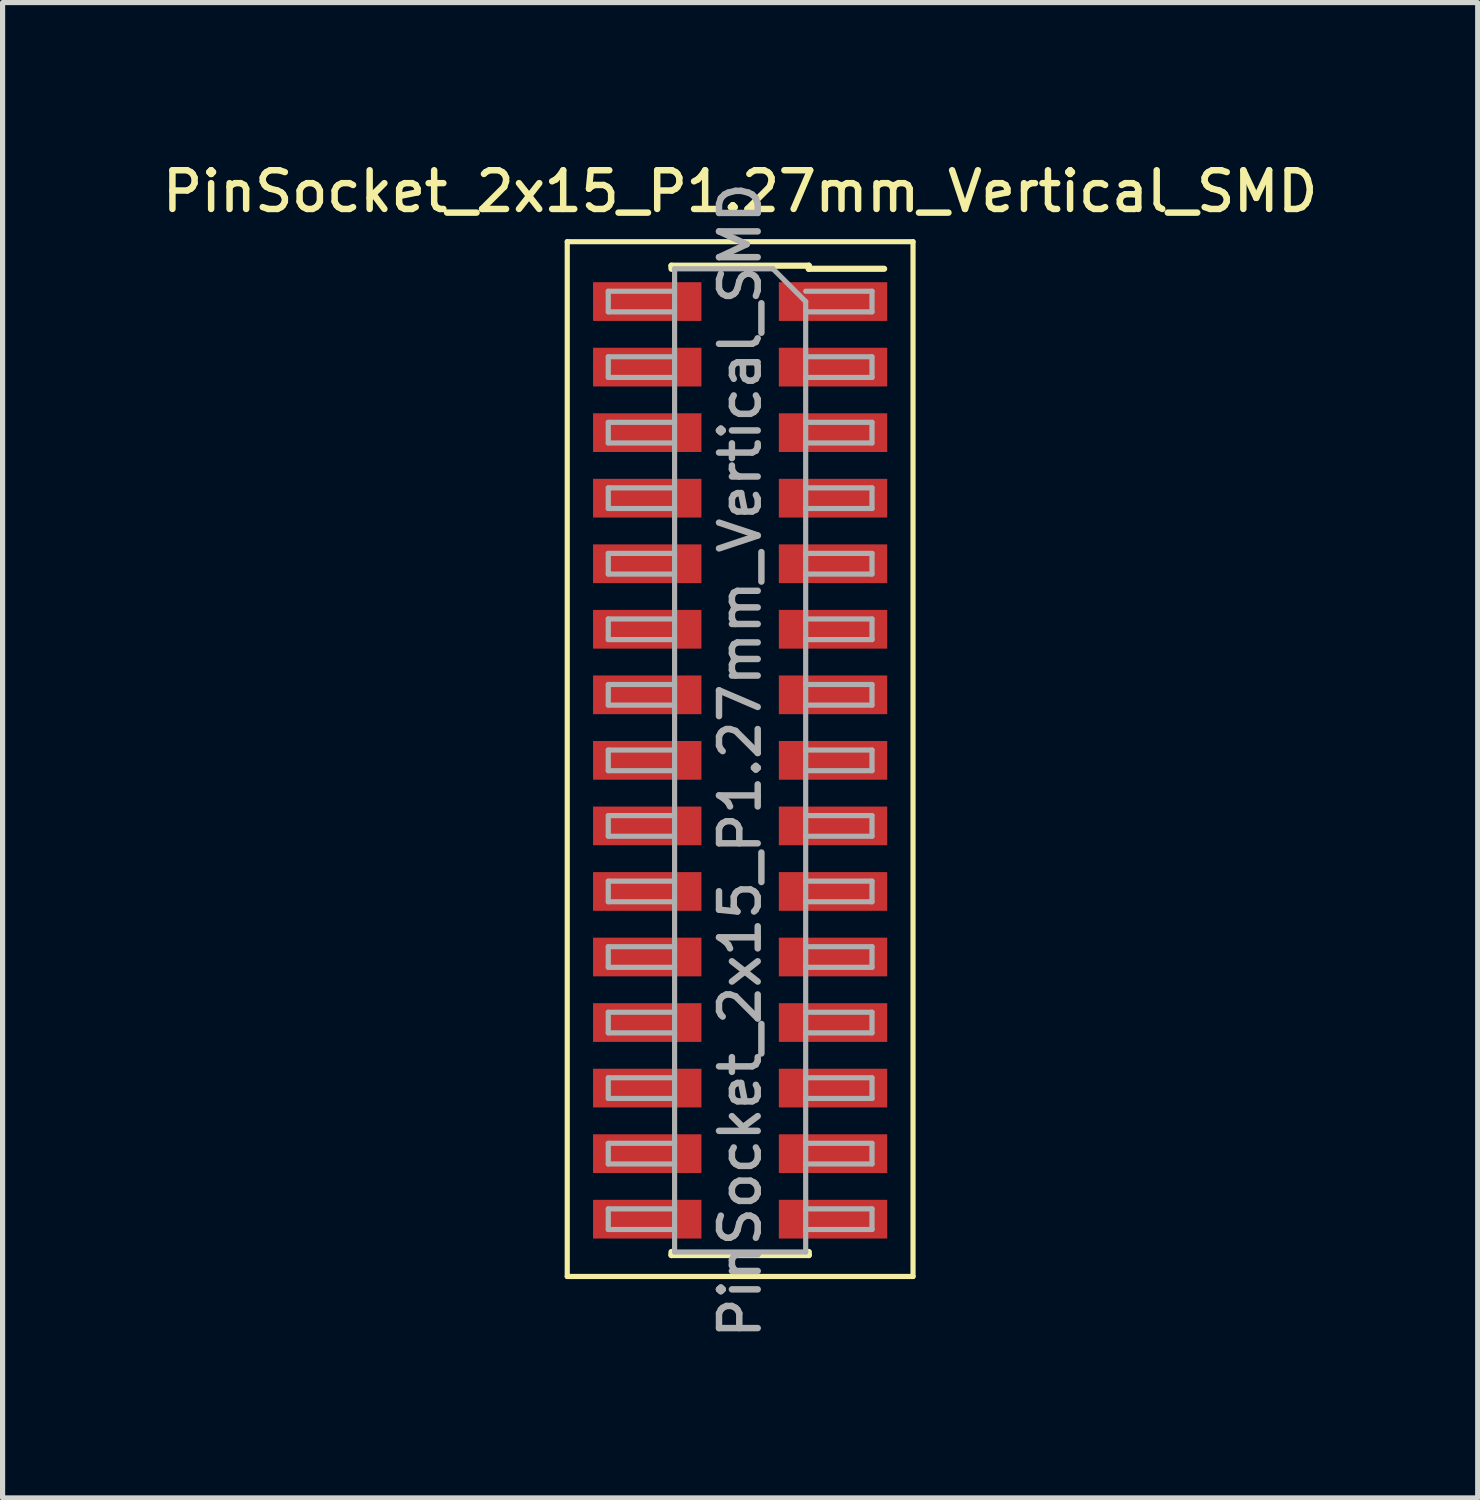
<source format=kicad_pcb>
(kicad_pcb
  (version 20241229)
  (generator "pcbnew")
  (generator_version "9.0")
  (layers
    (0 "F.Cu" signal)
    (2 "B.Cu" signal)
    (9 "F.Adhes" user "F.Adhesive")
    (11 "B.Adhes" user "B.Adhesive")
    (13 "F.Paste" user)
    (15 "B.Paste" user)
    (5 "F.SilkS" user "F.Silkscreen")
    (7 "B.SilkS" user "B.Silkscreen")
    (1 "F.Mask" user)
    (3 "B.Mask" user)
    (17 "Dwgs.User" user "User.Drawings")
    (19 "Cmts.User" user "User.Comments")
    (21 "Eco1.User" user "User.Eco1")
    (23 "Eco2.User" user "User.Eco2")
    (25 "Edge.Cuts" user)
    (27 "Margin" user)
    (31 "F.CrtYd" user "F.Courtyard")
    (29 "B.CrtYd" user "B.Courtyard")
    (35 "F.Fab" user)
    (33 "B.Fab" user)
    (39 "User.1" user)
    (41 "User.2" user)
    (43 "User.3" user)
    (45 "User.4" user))
  (footprint "PinSocket_2x15_P1.27mm_Vertical_SMD"
    (layer "F.Cu")
    (at 11.291 11.683)
    (property "Reference" "PinSocket_2x15_P1.27mm_Vertical_SMD" (at 0 -11.025 0) (layer "F.SilkS") (effects (font (size 0.75 0.75) (thickness 0.125))))
    (attr smd)
    (fp_line (start -3.35 -10.05) (end 3.35 -10.05) (stroke (width 0.1) (type solid)) (layer "F.SilkS"))
    (fp_line (start -3.35 10) (end -3.35 -10.05) (stroke (width 0.1) (type solid)) (layer "F.SilkS"))
    (fp_line (start -1.33 -9.585) (end -1.33 -9.525) (stroke (width 0.12) (type solid)) (layer "F.SilkS"))
    (fp_line (start -1.33 -9.585) (end 1.33 -9.585) (stroke (width 0.12) (type solid)) (layer "F.SilkS"))
    (fp_line (start -1.33 9.525) (end -1.33 9.585) (stroke (width 0.12) (type solid)) (layer "F.SilkS"))
    (fp_line (start -1.33 9.585) (end 1.33 9.585) (stroke (width 0.12) (type solid)) (layer "F.SilkS"))
    (fp_line (start 1.33 -9.585) (end 1.33 -9.525) (stroke (width 0.12) (type solid)) (layer "F.SilkS"))
    (fp_line (start 1.33 -9.525) (end 2.79 -9.525) (stroke (width 0.12) (type solid)) (layer "F.SilkS"))
    (fp_line (start 1.33 9.525) (end 1.33 9.585) (stroke (width 0.12) (type solid)) (layer "F.SilkS"))
    (fp_line (start 3.35 -10.05) (end 3.35 10) (stroke (width 0.1) (type solid)) (layer "F.SilkS"))
    (fp_line (start 3.35 10) (end -3.35 10) (stroke (width 0.1) (type solid)) (layer "F.SilkS"))
    (fp_line (start -2.555 -9.09) (end -1.27 -9.09) (stroke (width 0.1) (type solid)) (layer "F.Fab"))
    (fp_line (start -2.555 -8.69) (end -2.555 -9.09) (stroke (width 0.1) (type solid)) (layer "F.Fab"))
    (fp_line (start -2.555 -7.82) (end -1.27 -7.82) (stroke (width 0.1) (type solid)) (layer "F.Fab"))
    (fp_line (start -2.555 -7.42) (end -2.555 -7.82) (stroke (width 0.1) (type solid)) (layer "F.Fab"))
    (fp_line (start -2.555 -6.55) (end -1.27 -6.55) (stroke (width 0.1) (type solid)) (layer "F.Fab"))
    (fp_line (start -2.555 -6.15) (end -2.555 -6.55) (stroke (width 0.1) (type solid)) (layer "F.Fab"))
    (fp_line (start -2.555 -5.28) (end -1.27 -5.28) (stroke (width 0.1) (type solid)) (layer "F.Fab"))
    (fp_line (start -2.555 -4.88) (end -2.555 -5.28) (stroke (width 0.1) (type solid)) (layer "F.Fab"))
    (fp_line (start -2.555 -4.01) (end -1.27 -4.01) (stroke (width 0.1) (type solid)) (layer "F.Fab"))
    (fp_line (start -2.555 -3.61) (end -2.555 -4.01) (stroke (width 0.1) (type solid)) (layer "F.Fab"))
    (fp_line (start -2.555 -2.74) (end -1.27 -2.74) (stroke (width 0.1) (type solid)) (layer "F.Fab"))
    (fp_line (start -2.555 -2.34) (end -2.555 -2.74) (stroke (width 0.1) (type solid)) (layer "F.Fab"))
    (fp_line (start -2.555 -1.47) (end -1.27 -1.47) (stroke (width 0.1) (type solid)) (layer "F.Fab"))
    (fp_line (start -2.555 -1.07) (end -2.555 -1.47) (stroke (width 0.1) (type solid)) (layer "F.Fab"))
    (fp_line (start -2.555 -0.2) (end -1.27 -0.2) (stroke (width 0.1) (type solid)) (layer "F.Fab"))
    (fp_line (start -2.555 0.2) (end -2.555 -0.2) (stroke (width 0.1) (type solid)) (layer "F.Fab"))
    (fp_line (start -2.555 1.07) (end -1.27 1.07) (stroke (width 0.1) (type solid)) (layer "F.Fab"))
    (fp_line (start -2.555 1.47) (end -2.555 1.07) (stroke (width 0.1) (type solid)) (layer "F.Fab"))
    (fp_line (start -2.555 2.34) (end -1.27 2.34) (stroke (width 0.1) (type solid)) (layer "F.Fab"))
    (fp_line (start -2.555 2.74) (end -2.555 2.34) (stroke (width 0.1) (type solid)) (layer "F.Fab"))
    (fp_line (start -2.555 3.61) (end -1.27 3.61) (stroke (width 0.1) (type solid)) (layer "F.Fab"))
    (fp_line (start -2.555 4.01) (end -2.555 3.61) (stroke (width 0.1) (type solid)) (layer "F.Fab"))
    (fp_line (start -2.555 4.88) (end -1.27 4.88) (stroke (width 0.1) (type solid)) (layer "F.Fab"))
    (fp_line (start -2.555 5.28) (end -2.555 4.88) (stroke (width 0.1) (type solid)) (layer "F.Fab"))
    (fp_line (start -2.555 6.15) (end -1.27 6.15) (stroke (width 0.1) (type solid)) (layer "F.Fab"))
    (fp_line (start -2.555 6.55) (end -2.555 6.15) (stroke (width 0.1) (type solid)) (layer "F.Fab"))
    (fp_line (start -2.555 7.42) (end -1.27 7.42) (stroke (width 0.1) (type solid)) (layer "F.Fab"))
    (fp_line (start -2.555 7.82) (end -2.555 7.42) (stroke (width 0.1) (type solid)) (layer "F.Fab"))
    (fp_line (start -2.555 8.69) (end -1.27 8.69) (stroke (width 0.1) (type solid)) (layer "F.Fab"))
    (fp_line (start -2.555 9.09) (end -2.555 8.69) (stroke (width 0.1) (type solid)) (layer "F.Fab"))
    (fp_line (start -1.27 -9.525) (end 0.635 -9.525) (stroke (width 0.1) (type solid)) (layer "F.Fab"))
    (fp_line (start -1.27 -8.69) (end -2.555 -8.69) (stroke (width 0.1) (type solid)) (layer "F.Fab"))
    (fp_line (start -1.27 -7.42) (end -2.555 -7.42) (stroke (width 0.1) (type solid)) (layer "F.Fab"))
    (fp_line (start -1.27 -6.15) (end -2.555 -6.15) (stroke (width 0.1) (type solid)) (layer "F.Fab"))
    (fp_line (start -1.27 -4.88) (end -2.555 -4.88) (stroke (width 0.1) (type solid)) (layer "F.Fab"))
    (fp_line (start -1.27 -3.61) (end -2.555 -3.61) (stroke (width 0.1) (type solid)) (layer "F.Fab"))
    (fp_line (start -1.27 -2.34) (end -2.555 -2.34) (stroke (width 0.1) (type solid)) (layer "F.Fab"))
    (fp_line (start -1.27 -1.07) (end -2.555 -1.07) (stroke (width 0.1) (type solid)) (layer "F.Fab"))
    (fp_line (start -1.27 0.2) (end -2.555 0.2) (stroke (width 0.1) (type solid)) (layer "F.Fab"))
    (fp_line (start -1.27 1.47) (end -2.555 1.47) (stroke (width 0.1) (type solid)) (layer "F.Fab"))
    (fp_line (start -1.27 2.74) (end -2.555 2.74) (stroke (width 0.1) (type solid)) (layer "F.Fab"))
    (fp_line (start -1.27 4.01) (end -2.555 4.01) (stroke (width 0.1) (type solid)) (layer "F.Fab"))
    (fp_line (start -1.27 5.28) (end -2.555 5.28) (stroke (width 0.1) (type solid)) (layer "F.Fab"))
    (fp_line (start -1.27 6.55) (end -2.555 6.55) (stroke (width 0.1) (type solid)) (layer "F.Fab"))
    (fp_line (start -1.27 7.82) (end -2.555 7.82) (stroke (width 0.1) (type solid)) (layer "F.Fab"))
    (fp_line (start -1.27 9.09) (end -2.555 9.09) (stroke (width 0.1) (type solid)) (layer "F.Fab"))
    (fp_line (start -1.27 9.525) (end -1.27 -9.525) (stroke (width 0.1) (type solid)) (layer "F.Fab"))
    (fp_line (start 0.635 -9.525) (end 1.27 -8.89) (stroke (width 0.1) (type solid)) (layer "F.Fab"))
    (fp_line (start 1.27 -9.09) (end 2.555 -9.09) (stroke (width 0.1) (type solid)) (layer "F.Fab"))
    (fp_line (start 1.27 -8.89) (end 1.27 9.525) (stroke (width 0.1) (type solid)) (layer "F.Fab"))
    (fp_line (start 1.27 -7.82) (end 2.555 -7.82) (stroke (width 0.1) (type solid)) (layer "F.Fab"))
    (fp_line (start 1.27 -6.55) (end 2.555 -6.55) (stroke (width 0.1) (type solid)) (layer "F.Fab"))
    (fp_line (start 1.27 -5.28) (end 2.555 -5.28) (stroke (width 0.1) (type solid)) (layer "F.Fab"))
    (fp_line (start 1.27 -4.01) (end 2.555 -4.01) (stroke (width 0.1) (type solid)) (layer "F.Fab"))
    (fp_line (start 1.27 -2.74) (end 2.555 -2.74) (stroke (width 0.1) (type solid)) (layer "F.Fab"))
    (fp_line (start 1.27 -1.47) (end 2.555 -1.47) (stroke (width 0.1) (type solid)) (layer "F.Fab"))
    (fp_line (start 1.27 -0.2) (end 2.555 -0.2) (stroke (width 0.1) (type solid)) (layer "F.Fab"))
    (fp_line (start 1.27 1.07) (end 2.555 1.07) (stroke (width 0.1) (type solid)) (layer "F.Fab"))
    (fp_line (start 1.27 2.34) (end 2.555 2.34) (stroke (width 0.1) (type solid)) (layer "F.Fab"))
    (fp_line (start 1.27 3.61) (end 2.555 3.61) (stroke (width 0.1) (type solid)) (layer "F.Fab"))
    (fp_line (start 1.27 4.88) (end 2.555 4.88) (stroke (width 0.1) (type solid)) (layer "F.Fab"))
    (fp_line (start 1.27 6.15) (end 2.555 6.15) (stroke (width 0.1) (type solid)) (layer "F.Fab"))
    (fp_line (start 1.27 7.42) (end 2.555 7.42) (stroke (width 0.1) (type solid)) (layer "F.Fab"))
    (fp_line (start 1.27 8.69) (end 2.555 8.69) (stroke (width 0.1) (type solid)) (layer "F.Fab"))
    (fp_line (start 1.27 9.525) (end -1.27 9.525) (stroke (width 0.1) (type solid)) (layer "F.Fab"))
    (fp_line (start 2.555 -9.09) (end 2.555 -8.69) (stroke (width 0.1) (type solid)) (layer "F.Fab"))
    (fp_line (start 2.555 -8.69) (end 1.27 -8.69) (stroke (width 0.1) (type solid)) (layer "F.Fab"))
    (fp_line (start 2.555 -7.82) (end 2.555 -7.42) (stroke (width 0.1) (type solid)) (layer "F.Fab"))
    (fp_line (start 2.555 -7.42) (end 1.27 -7.42) (stroke (width 0.1) (type solid)) (layer "F.Fab"))
    (fp_line (start 2.555 -6.55) (end 2.555 -6.15) (stroke (width 0.1) (type solid)) (layer "F.Fab"))
    (fp_line (start 2.555 -6.15) (end 1.27 -6.15) (stroke (width 0.1) (type solid)) (layer "F.Fab"))
    (fp_line (start 2.555 -5.28) (end 2.555 -4.88) (stroke (width 0.1) (type solid)) (layer "F.Fab"))
    (fp_line (start 2.555 -4.88) (end 1.27 -4.88) (stroke (width 0.1) (type solid)) (layer "F.Fab"))
    (fp_line (start 2.555 -4.01) (end 2.555 -3.61) (stroke (width 0.1) (type solid)) (layer "F.Fab"))
    (fp_line (start 2.555 -3.61) (end 1.27 -3.61) (stroke (width 0.1) (type solid)) (layer "F.Fab"))
    (fp_line (start 2.555 -2.74) (end 2.555 -2.34) (stroke (width 0.1) (type solid)) (layer "F.Fab"))
    (fp_line (start 2.555 -2.34) (end 1.27 -2.34) (stroke (width 0.1) (type solid)) (layer "F.Fab"))
    (fp_line (start 2.555 -1.47) (end 2.555 -1.07) (stroke (width 0.1) (type solid)) (layer "F.Fab"))
    (fp_line (start 2.555 -1.07) (end 1.27 -1.07) (stroke (width 0.1) (type solid)) (layer "F.Fab"))
    (fp_line (start 2.555 -0.2) (end 2.555 0.2) (stroke (width 0.1) (type solid)) (layer "F.Fab"))
    (fp_line (start 2.555 0.2) (end 1.27 0.2) (stroke (width 0.1) (type solid)) (layer "F.Fab"))
    (fp_line (start 2.555 1.07) (end 2.555 1.47) (stroke (width 0.1) (type solid)) (layer "F.Fab"))
    (fp_line (start 2.555 1.47) (end 1.27 1.47) (stroke (width 0.1) (type solid)) (layer "F.Fab"))
    (fp_line (start 2.555 2.34) (end 2.555 2.74) (stroke (width 0.1) (type solid)) (layer "F.Fab"))
    (fp_line (start 2.555 2.74) (end 1.27 2.74) (stroke (width 0.1) (type solid)) (layer "F.Fab"))
    (fp_line (start 2.555 3.61) (end 2.555 4.01) (stroke (width 0.1) (type solid)) (layer "F.Fab"))
    (fp_line (start 2.555 4.01) (end 1.27 4.01) (stroke (width 0.1) (type solid)) (layer "F.Fab"))
    (fp_line (start 2.555 4.88) (end 2.555 5.28) (stroke (width 0.1) (type solid)) (layer "F.Fab"))
    (fp_line (start 2.555 5.28) (end 1.27 5.28) (stroke (width 0.1) (type solid)) (layer "F.Fab"))
    (fp_line (start 2.555 6.15) (end 2.555 6.55) (stroke (width 0.1) (type solid)) (layer "F.Fab"))
    (fp_line (start 2.555 6.55) (end 1.27 6.55) (stroke (width 0.1) (type solid)) (layer "F.Fab"))
    (fp_line (start 2.555 7.42) (end 2.555 7.82) (stroke (width 0.1) (type solid)) (layer "F.Fab"))
    (fp_line (start 2.555 7.82) (end 1.27 7.82) (stroke (width 0.1) (type solid)) (layer "F.Fab"))
    (fp_line (start 2.555 8.69) (end 2.555 9.09) (stroke (width 0.1) (type solid)) (layer "F.Fab"))
    (fp_line (start 2.555 9.09) (end 1.27 9.09) (stroke (width 0.1) (type solid)) (layer "F.Fab"))
    (fp_text user "${REFERENCE}" (at 0 0 90) (layer "F.Fab") (effects (font (size 0.75 0.75) (thickness 0.125))))
    (pad "1" smd rect (at 1.8 -8.89) (size 2.1 0.75) (layers "F.Cu" "F.Mask" "F.Paste"))
    (pad "2" smd rect (at -1.8 -8.89) (size 2.1 0.75) (layers "F.Cu" "F.Mask" "F.Paste"))
    (pad "3" smd rect (at 1.8 -7.62) (size 2.1 0.75) (layers "F.Cu" "F.Mask" "F.Paste"))
    (pad "4" smd rect (at -1.8 -7.62) (size 2.1 0.75) (layers "F.Cu" "F.Mask" "F.Paste"))
    (pad "5" smd rect (at 1.8 -6.35) (size 2.1 0.75) (layers "F.Cu" "F.Mask" "F.Paste"))
    (pad "6" smd rect (at -1.8 -6.35) (size 2.1 0.75) (layers "F.Cu" "F.Mask" "F.Paste"))
    (pad "7" smd rect (at 1.8 -5.08) (size 2.1 0.75) (layers "F.Cu" "F.Mask" "F.Paste"))
    (pad "8" smd rect (at -1.8 -5.08) (size 2.1 0.75) (layers "F.Cu" "F.Mask" "F.Paste"))
    (pad "9" smd rect (at 1.8 -3.81) (size 2.1 0.75) (layers "F.Cu" "F.Mask" "F.Paste"))
    (pad "10" smd rect (at -1.8 -3.81) (size 2.1 0.75) (layers "F.Cu" "F.Mask" "F.Paste"))
    (pad "11" smd rect (at 1.8 -2.54) (size 2.1 0.75) (layers "F.Cu" "F.Mask" "F.Paste"))
    (pad "12" smd rect (at -1.8 -2.54) (size 2.1 0.75) (layers "F.Cu" "F.Mask" "F.Paste"))
    (pad "13" smd rect (at 1.8 -1.27) (size 2.1 0.75) (layers "F.Cu" "F.Mask" "F.Paste"))
    (pad "14" smd rect (at -1.8 -1.27) (size 2.1 0.75) (layers "F.Cu" "F.Mask" "F.Paste"))
    (pad "15" smd rect (at 1.8 0) (size 2.1 0.75) (layers "F.Cu" "F.Mask" "F.Paste"))
    (pad "16" smd rect (at -1.8 0) (size 2.1 0.75) (layers "F.Cu" "F.Mask" "F.Paste"))
    (pad "17" smd rect (at 1.8 1.27) (size 2.1 0.75) (layers "F.Cu" "F.Mask" "F.Paste"))
    (pad "18" smd rect (at -1.8 1.27) (size 2.1 0.75) (layers "F.Cu" "F.Mask" "F.Paste"))
    (pad "19" smd rect (at 1.8 2.54) (size 2.1 0.75) (layers "F.Cu" "F.Mask" "F.Paste"))
    (pad "20" smd rect (at -1.8 2.54) (size 2.1 0.75) (layers "F.Cu" "F.Mask" "F.Paste"))
    (pad "21" smd rect (at 1.8 3.81) (size 2.1 0.75) (layers "F.Cu" "F.Mask" "F.Paste"))
    (pad "22" smd rect (at -1.8 3.81) (size 2.1 0.75) (layers "F.Cu" "F.Mask" "F.Paste"))
    (pad "23" smd rect (at 1.8 5.08) (size 2.1 0.75) (layers "F.Cu" "F.Mask" "F.Paste"))
    (pad "24" smd rect (at -1.8 5.08) (size 2.1 0.75) (layers "F.Cu" "F.Mask" "F.Paste"))
    (pad "25" smd rect (at 1.8 6.35) (size 2.1 0.75) (layers "F.Cu" "F.Mask" "F.Paste"))
    (pad "26" smd rect (at -1.8 6.35) (size 2.1 0.75) (layers "F.Cu" "F.Mask" "F.Paste"))
    (pad "27" smd rect (at 1.8 7.62) (size 2.1 0.75) (layers "F.Cu" "F.Mask" "F.Paste"))
    (pad "28" smd rect (at -1.8 7.62) (size 2.1 0.75) (layers "F.Cu" "F.Mask" "F.Paste"))
    (pad "29" smd rect (at 1.8 8.89) (size 2.1 0.75) (layers "F.Cu" "F.Mask" "F.Paste"))
    (pad "30" smd rect (at -1.8 8.89) (size 2.1 0.75) (layers "F.Cu" "F.Mask" "F.Paste")))
  (gr_rect
    (start -3 -3)
    (end 25.582 25.974)
    (stroke (width 0.1) (type default))
    (fill no)
    (layer "Edge.Cuts")))
</source>
